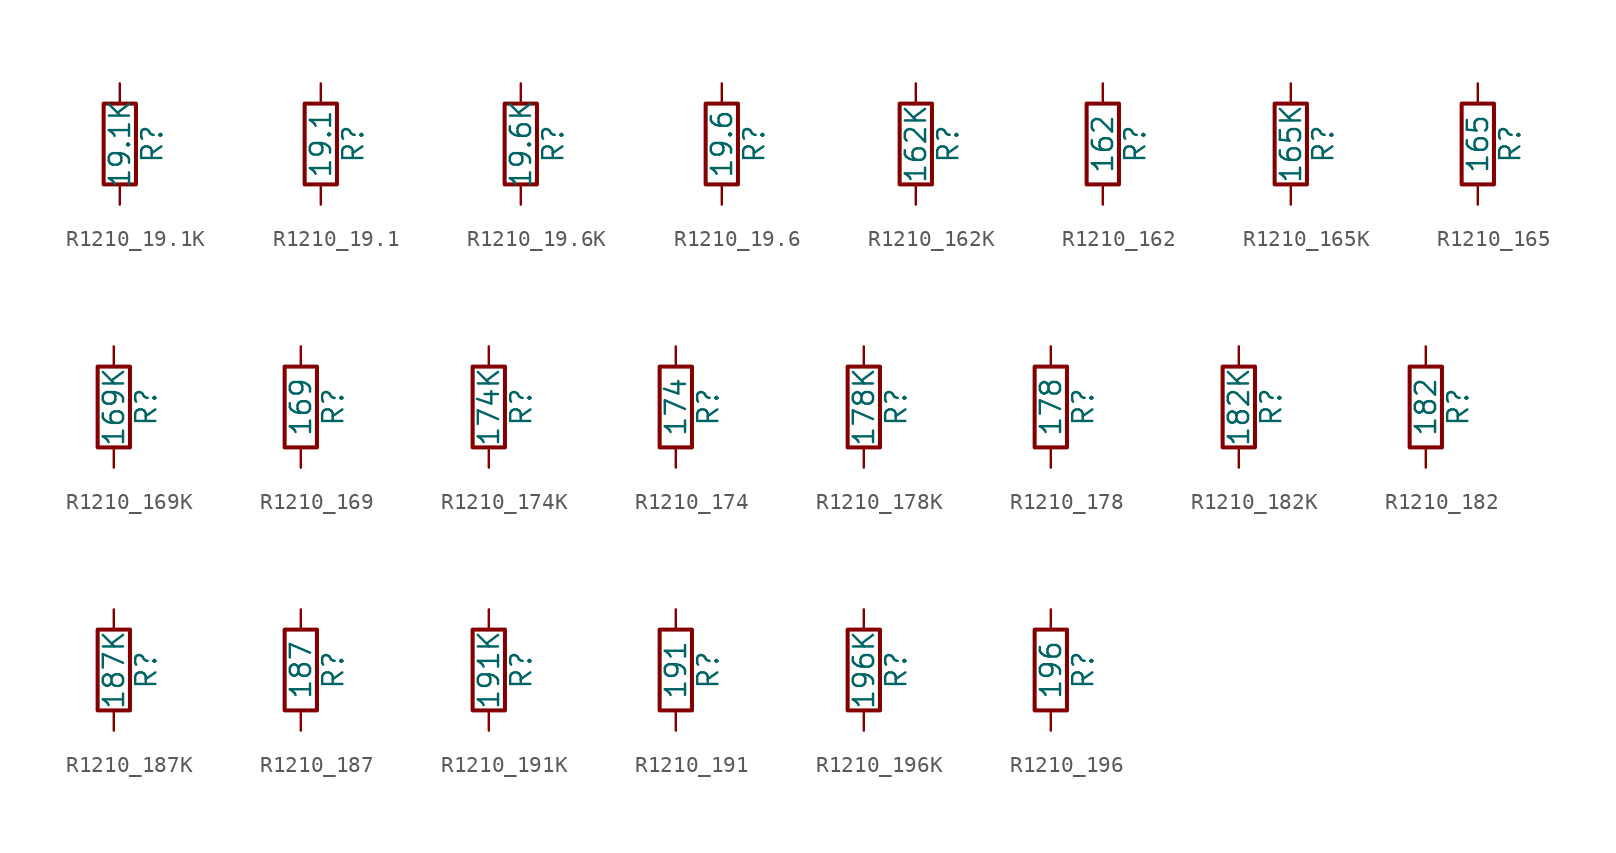
<source format=kicad_sym>
(kicad_symbol_lib
  (version 20211014)
  (generator atlantix-eda)
  (symbol "R1210_19.1K"
    (pin_numbers hide)
    (pin_names
      (offset 0))
    (property "Reference" "R"
      (at 2.032 0 90)
      (effects (font (size 1.27 1.27))))
    (property "Value" "19.1K"
      (at 0 0 90)
      (effects (font (size 1.27 1.27))))
    (symbol "R1210_19.1K_0_1"
      (rectangle (start -1.016 -2.54) (end 1.016 2.54) (stroke (width 0.254) (type default) (color 0 0 0 0)) (fill (type none))))
    (symbol "R1210_19.1K_1_1"
      (pin passive line (at 0 3.81 270) (length 1.27) (name "~" (effects (font (size 1.27 1.27)))) (number "1" (effects (font (size 1.27 1.27)))))
      (pin passive line (at 0 -3.81 90) (length 1.27) (name "~" (effects (font (size 1.27 1.27)))) (number "2" (effects (font (size 1.27 1.27)))))))
  (symbol "R1210_19.1"
    (pin_numbers hide)
    (pin_names
      (offset 0))
    (property "Reference" "R"
      (at 2.032 0 90)
      (effects (font (size 1.27 1.27))))
    (property "Value" "19.1"
      (at 0 0 90)
      (effects (font (size 1.27 1.27))))
    (symbol "R1210_19.1_0_1"
      (rectangle (start -1.016 -2.54) (end 1.016 2.54) (stroke (width 0.254) (type default) (color 0 0 0 0)) (fill (type none))))
    (symbol "R1210_19.1_1_1"
      (pin passive line (at 0 3.81 270) (length 1.27) (name "~" (effects (font (size 1.27 1.27)))) (number "1" (effects (font (size 1.27 1.27)))))
      (pin passive line (at 0 -3.81 90) (length 1.27) (name "~" (effects (font (size 1.27 1.27)))) (number "2" (effects (font (size 1.27 1.27)))))))
  (symbol "R1210_19.6K"
    (pin_numbers hide)
    (pin_names
      (offset 0))
    (property "Reference" "R"
      (at 2.032 0 90)
      (effects (font (size 1.27 1.27))))
    (property "Value" "19.6K"
      (at 0 0 90)
      (effects (font (size 1.27 1.27))))
    (symbol "R1210_19.6K_0_1"
      (rectangle (start -1.016 -2.54) (end 1.016 2.54) (stroke (width 0.254) (type default) (color 0 0 0 0)) (fill (type none))))
    (symbol "R1210_19.6K_1_1"
      (pin passive line (at 0 3.81 270) (length 1.27) (name "~" (effects (font (size 1.27 1.27)))) (number "1" (effects (font (size 1.27 1.27)))))
      (pin passive line (at 0 -3.81 90) (length 1.27) (name "~" (effects (font (size 1.27 1.27)))) (number "2" (effects (font (size 1.27 1.27)))))))
  (symbol "R1210_19.6"
    (pin_numbers hide)
    (pin_names
      (offset 0))
    (property "Reference" "R"
      (at 2.032 0 90)
      (effects (font (size 1.27 1.27))))
    (property "Value" "19.6"
      (at 0 0 90)
      (effects (font (size 1.27 1.27))))
    (symbol "R1210_19.6_0_1"
      (rectangle (start -1.016 -2.54) (end 1.016 2.54) (stroke (width 0.254) (type default) (color 0 0 0 0)) (fill (type none))))
    (symbol "R1210_19.6_1_1"
      (pin passive line (at 0 3.81 270) (length 1.27) (name "~" (effects (font (size 1.27 1.27)))) (number "1" (effects (font (size 1.27 1.27)))))
      (pin passive line (at 0 -3.81 90) (length 1.27) (name "~" (effects (font (size 1.27 1.27)))) (number "2" (effects (font (size 1.27 1.27)))))))
  (symbol "R1210_162K"
    (pin_numbers hide)
    (pin_names
      (offset 0))
    (property "Reference" "R"
      (at 2.032 0 90)
      (effects (font (size 1.27 1.27))))
    (property "Value" "162K"
      (at 0 0 90)
      (effects (font (size 1.27 1.27))))
    (symbol "R1210_162K_0_1"
      (rectangle (start -1.016 -2.54) (end 1.016 2.54) (stroke (width 0.254) (type default) (color 0 0 0 0)) (fill (type none))))
    (symbol "R1210_162K_1_1"
      (pin passive line (at 0 3.81 270) (length 1.27) (name "~" (effects (font (size 1.27 1.27)))) (number "1" (effects (font (size 1.27 1.27)))))
      (pin passive line (at 0 -3.81 90) (length 1.27) (name "~" (effects (font (size 1.27 1.27)))) (number "2" (effects (font (size 1.27 1.27)))))))
  (symbol "R1210_162"
    (pin_numbers hide)
    (pin_names
      (offset 0))
    (property "Reference" "R"
      (at 2.032 0 90)
      (effects (font (size 1.27 1.27))))
    (property "Value" "162"
      (at 0 0 90)
      (effects (font (size 1.27 1.27))))
    (symbol "R1210_162_0_1"
      (rectangle (start -1.016 -2.54) (end 1.016 2.54) (stroke (width 0.254) (type default) (color 0 0 0 0)) (fill (type none))))
    (symbol "R1210_162_1_1"
      (pin passive line (at 0 3.81 270) (length 1.27) (name "~" (effects (font (size 1.27 1.27)))) (number "1" (effects (font (size 1.27 1.27)))))
      (pin passive line (at 0 -3.81 90) (length 1.27) (name "~" (effects (font (size 1.27 1.27)))) (number "2" (effects (font (size 1.27 1.27)))))))
  (symbol "R1210_165K"
    (pin_numbers hide)
    (pin_names
      (offset 0))
    (property "Reference" "R"
      (at 2.032 0 90)
      (effects (font (size 1.27 1.27))))
    (property "Value" "165K"
      (at 0 0 90)
      (effects (font (size 1.27 1.27))))
    (symbol "R1210_165K_0_1"
      (rectangle (start -1.016 -2.54) (end 1.016 2.54) (stroke (width 0.254) (type default) (color 0 0 0 0)) (fill (type none))))
    (symbol "R1210_165K_1_1"
      (pin passive line (at 0 3.81 270) (length 1.27) (name "~" (effects (font (size 1.27 1.27)))) (number "1" (effects (font (size 1.27 1.27)))))
      (pin passive line (at 0 -3.81 90) (length 1.27) (name "~" (effects (font (size 1.27 1.27)))) (number "2" (effects (font (size 1.27 1.27)))))))
  (symbol "R1210_165"
    (pin_numbers hide)
    (pin_names
      (offset 0))
    (property "Reference" "R"
      (at 2.032 0 90)
      (effects (font (size 1.27 1.27))))
    (property "Value" "165"
      (at 0 0 90)
      (effects (font (size 1.27 1.27))))
    (symbol "R1210_165_0_1"
      (rectangle (start -1.016 -2.54) (end 1.016 2.54) (stroke (width 0.254) (type default) (color 0 0 0 0)) (fill (type none))))
    (symbol "R1210_165_1_1"
      (pin passive line (at 0 3.81 270) (length 1.27) (name "~" (effects (font (size 1.27 1.27)))) (number "1" (effects (font (size 1.27 1.27)))))
      (pin passive line (at 0 -3.81 90) (length 1.27) (name "~" (effects (font (size 1.27 1.27)))) (number "2" (effects (font (size 1.27 1.27)))))))
  (symbol "R1210_169K"
    (pin_numbers hide)
    (pin_names
      (offset 0))
    (property "Reference" "R"
      (at 2.032 0 90)
      (effects (font (size 1.27 1.27))))
    (property "Value" "169K"
      (at 0 0 90)
      (effects (font (size 1.27 1.27))))
    (symbol "R1210_169K_0_1"
      (rectangle (start -1.016 -2.54) (end 1.016 2.54) (stroke (width 0.254) (type default) (color 0 0 0 0)) (fill (type none))))
    (symbol "R1210_169K_1_1"
      (pin passive line (at 0 3.81 270) (length 1.27) (name "~" (effects (font (size 1.27 1.27)))) (number "1" (effects (font (size 1.27 1.27)))))
      (pin passive line (at 0 -3.81 90) (length 1.27) (name "~" (effects (font (size 1.27 1.27)))) (number "2" (effects (font (size 1.27 1.27)))))))
  (symbol "R1210_169"
    (pin_numbers hide)
    (pin_names
      (offset 0))
    (property "Reference" "R"
      (at 2.032 0 90)
      (effects (font (size 1.27 1.27))))
    (property "Value" "169"
      (at 0 0 90)
      (effects (font (size 1.27 1.27))))
    (symbol "R1210_169_0_1"
      (rectangle (start -1.016 -2.54) (end 1.016 2.54) (stroke (width 0.254) (type default) (color 0 0 0 0)) (fill (type none))))
    (symbol "R1210_169_1_1"
      (pin passive line (at 0 3.81 270) (length 1.27) (name "~" (effects (font (size 1.27 1.27)))) (number "1" (effects (font (size 1.27 1.27)))))
      (pin passive line (at 0 -3.81 90) (length 1.27) (name "~" (effects (font (size 1.27 1.27)))) (number "2" (effects (font (size 1.27 1.27)))))))
  (symbol "R1210_174K"
    (pin_numbers hide)
    (pin_names
      (offset 0))
    (property "Reference" "R"
      (at 2.032 0 90)
      (effects (font (size 1.27 1.27))))
    (property "Value" "174K"
      (at 0 0 90)
      (effects (font (size 1.27 1.27))))
    (symbol "R1210_174K_0_1"
      (rectangle (start -1.016 -2.54) (end 1.016 2.54) (stroke (width 0.254) (type default) (color 0 0 0 0)) (fill (type none))))
    (symbol "R1210_174K_1_1"
      (pin passive line (at 0 3.81 270) (length 1.27) (name "~" (effects (font (size 1.27 1.27)))) (number "1" (effects (font (size 1.27 1.27)))))
      (pin passive line (at 0 -3.81 90) (length 1.27) (name "~" (effects (font (size 1.27 1.27)))) (number "2" (effects (font (size 1.27 1.27)))))))
  (symbol "R1210_174"
    (pin_numbers hide)
    (pin_names
      (offset 0))
    (property "Reference" "R"
      (at 2.032 0 90)
      (effects (font (size 1.27 1.27))))
    (property "Value" "174"
      (at 0 0 90)
      (effects (font (size 1.27 1.27))))
    (symbol "R1210_174_0_1"
      (rectangle (start -1.016 -2.54) (end 1.016 2.54) (stroke (width 0.254) (type default) (color 0 0 0 0)) (fill (type none))))
    (symbol "R1210_174_1_1"
      (pin passive line (at 0 3.81 270) (length 1.27) (name "~" (effects (font (size 1.27 1.27)))) (number "1" (effects (font (size 1.27 1.27)))))
      (pin passive line (at 0 -3.81 90) (length 1.27) (name "~" (effects (font (size 1.27 1.27)))) (number "2" (effects (font (size 1.27 1.27)))))))
  (symbol "R1210_178K"
    (pin_numbers hide)
    (pin_names
      (offset 0))
    (property "Reference" "R"
      (at 2.032 0 90)
      (effects (font (size 1.27 1.27))))
    (property "Value" "178K"
      (at 0 0 90)
      (effects (font (size 1.27 1.27))))
    (symbol "R1210_178K_0_1"
      (rectangle (start -1.016 -2.54) (end 1.016 2.54) (stroke (width 0.254) (type default) (color 0 0 0 0)) (fill (type none))))
    (symbol "R1210_178K_1_1"
      (pin passive line (at 0 3.81 270) (length 1.27) (name "~" (effects (font (size 1.27 1.27)))) (number "1" (effects (font (size 1.27 1.27)))))
      (pin passive line (at 0 -3.81 90) (length 1.27) (name "~" (effects (font (size 1.27 1.27)))) (number "2" (effects (font (size 1.27 1.27)))))))
  (symbol "R1210_178"
    (pin_numbers hide)
    (pin_names
      (offset 0))
    (property "Reference" "R"
      (at 2.032 0 90)
      (effects (font (size 1.27 1.27))))
    (property "Value" "178"
      (at 0 0 90)
      (effects (font (size 1.27 1.27))))
    (symbol "R1210_178_0_1"
      (rectangle (start -1.016 -2.54) (end 1.016 2.54) (stroke (width 0.254) (type default) (color 0 0 0 0)) (fill (type none))))
    (symbol "R1210_178_1_1"
      (pin passive line (at 0 3.81 270) (length 1.27) (name "~" (effects (font (size 1.27 1.27)))) (number "1" (effects (font (size 1.27 1.27)))))
      (pin passive line (at 0 -3.81 90) (length 1.27) (name "~" (effects (font (size 1.27 1.27)))) (number "2" (effects (font (size 1.27 1.27)))))))
  (symbol "R1210_182K"
    (pin_numbers hide)
    (pin_names
      (offset 0))
    (property "Reference" "R"
      (at 2.032 0 90)
      (effects (font (size 1.27 1.27))))
    (property "Value" "182K"
      (at 0 0 90)
      (effects (font (size 1.27 1.27))))
    (symbol "R1210_182K_0_1"
      (rectangle (start -1.016 -2.54) (end 1.016 2.54) (stroke (width 0.254) (type default) (color 0 0 0 0)) (fill (type none))))
    (symbol "R1210_182K_1_1"
      (pin passive line (at 0 3.81 270) (length 1.27) (name "~" (effects (font (size 1.27 1.27)))) (number "1" (effects (font (size 1.27 1.27)))))
      (pin passive line (at 0 -3.81 90) (length 1.27) (name "~" (effects (font (size 1.27 1.27)))) (number "2" (effects (font (size 1.27 1.27)))))))
  (symbol "R1210_182"
    (pin_numbers hide)
    (pin_names
      (offset 0))
    (property "Reference" "R"
      (at 2.032 0 90)
      (effects (font (size 1.27 1.27))))
    (property "Value" "182"
      (at 0 0 90)
      (effects (font (size 1.27 1.27))))
    (symbol "R1210_182_0_1"
      (rectangle (start -1.016 -2.54) (end 1.016 2.54) (stroke (width 0.254) (type default) (color 0 0 0 0)) (fill (type none))))
    (symbol "R1210_182_1_1"
      (pin passive line (at 0 3.81 270) (length 1.27) (name "~" (effects (font (size 1.27 1.27)))) (number "1" (effects (font (size 1.27 1.27)))))
      (pin passive line (at 0 -3.81 90) (length 1.27) (name "~" (effects (font (size 1.27 1.27)))) (number "2" (effects (font (size 1.27 1.27)))))))
  (symbol "R1210_187K"
    (pin_numbers hide)
    (pin_names
      (offset 0))
    (property "Reference" "R"
      (at 2.032 0 90)
      (effects (font (size 1.27 1.27))))
    (property "Value" "187K"
      (at 0 0 90)
      (effects (font (size 1.27 1.27))))
    (symbol "R1210_187K_0_1"
      (rectangle (start -1.016 -2.54) (end 1.016 2.54) (stroke (width 0.254) (type default) (color 0 0 0 0)) (fill (type none))))
    (symbol "R1210_187K_1_1"
      (pin passive line (at 0 3.81 270) (length 1.27) (name "~" (effects (font (size 1.27 1.27)))) (number "1" (effects (font (size 1.27 1.27)))))
      (pin passive line (at 0 -3.81 90) (length 1.27) (name "~" (effects (font (size 1.27 1.27)))) (number "2" (effects (font (size 1.27 1.27)))))))
  (symbol "R1210_187"
    (pin_numbers hide)
    (pin_names
      (offset 0))
    (property "Reference" "R"
      (at 2.032 0 90)
      (effects (font (size 1.27 1.27))))
    (property "Value" "187"
      (at 0 0 90)
      (effects (font (size 1.27 1.27))))
    (symbol "R1210_187_0_1"
      (rectangle (start -1.016 -2.54) (end 1.016 2.54) (stroke (width 0.254) (type default) (color 0 0 0 0)) (fill (type none))))
    (symbol "R1210_187_1_1"
      (pin passive line (at 0 3.81 270) (length 1.27) (name "~" (effects (font (size 1.27 1.27)))) (number "1" (effects (font (size 1.27 1.27)))))
      (pin passive line (at 0 -3.81 90) (length 1.27) (name "~" (effects (font (size 1.27 1.27)))) (number "2" (effects (font (size 1.27 1.27)))))))
  (symbol "R1210_191K"
    (pin_numbers hide)
    (pin_names
      (offset 0))
    (property "Reference" "R"
      (at 2.032 0 90)
      (effects (font (size 1.27 1.27))))
    (property "Value" "191K"
      (at 0 0 90)
      (effects (font (size 1.27 1.27))))
    (symbol "R1210_191K_0_1"
      (rectangle (start -1.016 -2.54) (end 1.016 2.54) (stroke (width 0.254) (type default) (color 0 0 0 0)) (fill (type none))))
    (symbol "R1210_191K_1_1"
      (pin passive line (at 0 3.81 270) (length 1.27) (name "~" (effects (font (size 1.27 1.27)))) (number "1" (effects (font (size 1.27 1.27)))))
      (pin passive line (at 0 -3.81 90) (length 1.27) (name "~" (effects (font (size 1.27 1.27)))) (number "2" (effects (font (size 1.27 1.27)))))))
  (symbol "R1210_191"
    (pin_numbers hide)
    (pin_names
      (offset 0))
    (property "Reference" "R"
      (at 2.032 0 90)
      (effects (font (size 1.27 1.27))))
    (property "Value" "191"
      (at 0 0 90)
      (effects (font (size 1.27 1.27))))
    (symbol "R1210_191_0_1"
      (rectangle (start -1.016 -2.54) (end 1.016 2.54) (stroke (width 0.254) (type default) (color 0 0 0 0)) (fill (type none))))
    (symbol "R1210_191_1_1"
      (pin passive line (at 0 3.81 270) (length 1.27) (name "~" (effects (font (size 1.27 1.27)))) (number "1" (effects (font (size 1.27 1.27)))))
      (pin passive line (at 0 -3.81 90) (length 1.27) (name "~" (effects (font (size 1.27 1.27)))) (number "2" (effects (font (size 1.27 1.27)))))))
  (symbol "R1210_196K"
    (pin_numbers hide)
    (pin_names
      (offset 0))
    (property "Reference" "R"
      (at 2.032 0 90)
      (effects (font (size 1.27 1.27))))
    (property "Value" "196K"
      (at 0 0 90)
      (effects (font (size 1.27 1.27))))
    (symbol "R1210_196K_0_1"
      (rectangle (start -1.016 -2.54) (end 1.016 2.54) (stroke (width 0.254) (type default) (color 0 0 0 0)) (fill (type none))))
    (symbol "R1210_196K_1_1"
      (pin passive line (at 0 3.81 270) (length 1.27) (name "~" (effects (font (size 1.27 1.27)))) (number "1" (effects (font (size 1.27 1.27)))))
      (pin passive line (at 0 -3.81 90) (length 1.27) (name "~" (effects (font (size 1.27 1.27)))) (number "2" (effects (font (size 1.27 1.27)))))))
  (symbol "R1210_196"
    (pin_numbers hide)
    (pin_names
      (offset 0))
    (property "Reference" "R"
      (at 2.032 0 90)
      (effects (font (size 1.27 1.27))))
    (property "Value" "196"
      (at 0 0 90)
      (effects (font (size 1.27 1.27))))
    (symbol "R1210_196_0_1"
      (rectangle (start -1.016 -2.54) (end 1.016 2.54) (stroke (width 0.254) (type default) (color 0 0 0 0)) (fill (type none))))
    (symbol "R1210_196_1_1"
      (pin passive line (at 0 3.81 270) (length 1.27) (name "~" (effects (font (size 1.27 1.27)))) (number "1" (effects (font (size 1.27 1.27)))))
      (pin passive line (at 0 -3.81 90) (length 1.27) (name "~" (effects (font (size 1.27 1.27)))) (number "2" (effects (font (size 1.27 1.27))))))))
</source>
